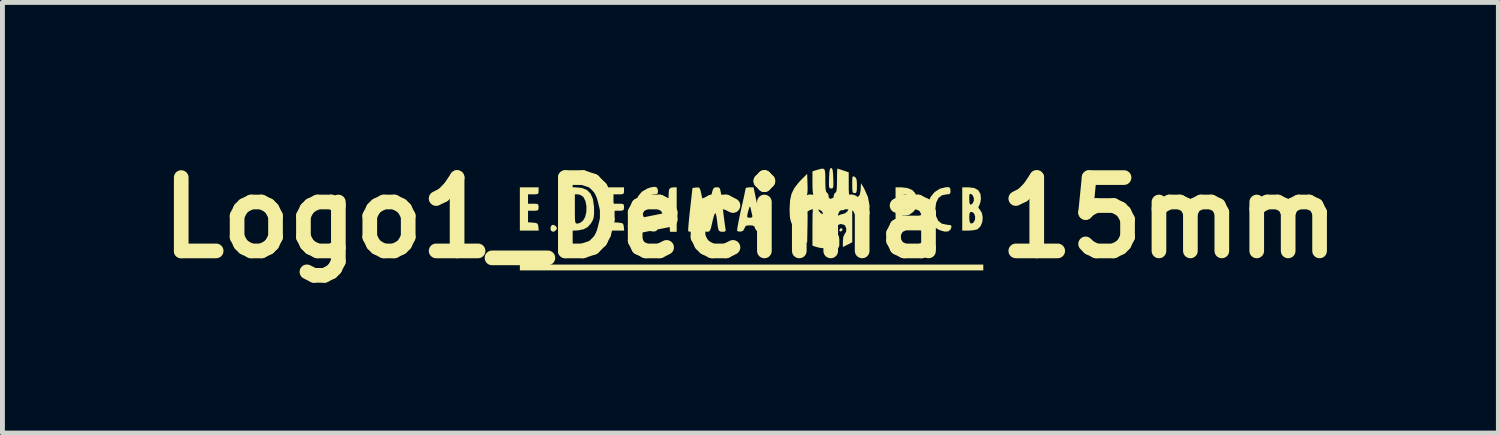
<source format=kicad_pcb>
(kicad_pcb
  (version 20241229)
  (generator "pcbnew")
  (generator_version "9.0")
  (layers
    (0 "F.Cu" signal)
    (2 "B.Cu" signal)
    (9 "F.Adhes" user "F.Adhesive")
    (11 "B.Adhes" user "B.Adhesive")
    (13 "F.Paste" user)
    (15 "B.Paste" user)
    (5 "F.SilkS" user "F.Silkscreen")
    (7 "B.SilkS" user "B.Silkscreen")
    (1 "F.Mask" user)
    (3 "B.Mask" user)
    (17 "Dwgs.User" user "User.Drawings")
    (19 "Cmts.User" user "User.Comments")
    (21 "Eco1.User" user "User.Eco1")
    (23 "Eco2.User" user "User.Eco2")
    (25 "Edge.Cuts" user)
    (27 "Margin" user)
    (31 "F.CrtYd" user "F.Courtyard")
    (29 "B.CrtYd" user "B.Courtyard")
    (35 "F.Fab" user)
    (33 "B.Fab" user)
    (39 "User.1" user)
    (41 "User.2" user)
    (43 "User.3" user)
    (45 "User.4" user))
  (footprint "Logo1_Decima 15mm"
    (layer "F.Cu")
    (at 12.3 1.404)
    (property "Reference" "Logo1_Decima 15mm" (at 0 0 0) (layer "F.SilkS") (effects (font (size 1.5 1.5) (thickness 0.3))))
    (attr board_only exclude_from_pos_files exclude_from_bom)
    (fp_poly (pts (xy 1.884 0.229) (xy 1.879 0.258) (xy 1.848 0.282) (xy 1.823 0.271) (xy 1.819 0.253) (xy 1.839 0.22) (xy 1.857 0.215)) (stroke (width 0) (type solid)) (fill yes) (layer "F.SilkS"))
    (fp_poly (pts (xy 1.242 -0.364) (xy 1.245 -0.347) (xy 1.23 -0.314) (xy 1.197 -0.32) (xy 1.19 -0.327) (xy 1.185 -0.356) (xy 1.209 -0.381) (xy 1.222 -0.383)) (stroke (width 0) (type solid)) (fill yes) (layer "F.SilkS"))
    (fp_poly (pts (xy 1.528 -0.203) (xy 1.532 -0.193) (xy 1.516 -0.162) (xy 1.486 -0.154) (xy 1.476 -0.16) (xy 1.461 -0.195) (xy 1.487 -0.215) (xy 1.496 -0.215)) (stroke (width 0) (type solid)) (fill yes) (layer "F.SilkS"))
    (fp_poly (pts (xy 1.929 -0.204) (xy 1.934 -0.187) (xy 1.906 -0.154) (xy 1.869 -0.153) (xy 1.86 -0.159) (xy 1.844 -0.193) (xy 1.871 -0.213) (xy 1.893 -0.215)) (stroke (width 0) (type solid)) (fill yes) (layer "F.SilkS"))
    (fp_poly (pts (xy 4.764 1.017) (xy 4.764 1.077) (xy 0.024 1.077) (xy -4.716 1.077) (xy -4.716 1.017) (xy -4.716 0.958) (xy 0.024 0.958) (xy 4.764 0.958)) (stroke (width 0) (type solid)) (fill yes) (layer "F.SilkS"))
    (fp_poly (pts (xy -3.995 0.161) (xy -3.974 0.18) (xy -3.956 0.218) (xy -3.974 0.251) (xy -4.015 0.282) (xy -4.038 0.287) (xy -4.075 0.268) (xy -4.085 0.251) (xy -4.089 0.197) (xy -4.067 0.155) (xy -4.038 0.144)) (stroke (width 0) (type solid)) (fill yes) (layer "F.SilkS"))
    (fp_poly (pts (xy -1.508 -0.168) (xy -1.508 0.287) (xy -1.576 0.287) (xy -1.645 0.287) (xy -1.66 0.068) (xy -1.669 -0.075) (xy -1.674 -0.217) (xy -1.675 -0.349) (xy -1.674 -0.461) (xy -1.669 -0.543) (xy -1.661 -0.585) (xy -1.627 -0.614) (xy -1.577 -0.622) (xy -1.508 -0.622)) (stroke (width 0) (type solid)) (fill yes) (layer "F.SilkS"))
    (fp_poly (pts (xy 1.67 -1.008) (xy 1.682 -0.974) (xy 1.69 -0.908) (xy 1.695 -0.808) (xy 1.697 -0.708) (xy 1.696 -0.646) (xy 1.688 -0.613) (xy 1.673 -0.6) (xy 1.652 -0.598) (xy 1.628 -0.601) (xy 1.614 -0.617) (xy 1.607 -0.653) (xy 1.607 -0.72) (xy 1.609 -0.808) (xy 1.614 -0.912) (xy 1.622 -0.976) (xy 1.634 -1.009) (xy 1.652 -1.017)) (stroke (width 0) (type solid)) (fill yes) (layer "F.SilkS"))
    (fp_poly (pts (xy 2.115 -0.845) (xy 2.131 -0.838) (xy 2.157 -0.816) (xy 2.172 -0.779) (xy 2.178 -0.713) (xy 2.179 -0.657) (xy 2.177 -0.574) (xy 2.17 -0.527) (xy 2.155 -0.507) (xy 2.131 -0.503) (xy 2.106 -0.507) (xy 2.092 -0.526) (xy 2.085 -0.57) (xy 2.083 -0.649) (xy 2.083 -0.683) (xy 2.083 -0.774) (xy 2.087 -0.826) (xy 2.097 -0.847)) (stroke (width 0) (type solid)) (fill yes) (layer "F.SilkS"))
    (fp_poly (pts (xy 2.327 -0.598) (xy 2.405 -0.422) (xy 2.438 -0.237) (xy 2.425 -0.047) (xy 2.365 0.142) (xy 2.349 0.178) (xy 2.304 0.261) (xy 2.26 0.331) (xy 2.227 0.371) (xy 2.179 0.414) (xy 2.179 -0.006) (xy 2.179 -0.162) (xy 2.181 -0.276) (xy 2.186 -0.355) (xy 2.193 -0.404) (xy 2.203 -0.431) (xy 2.213 -0.439) (xy 2.238 -0.474) (xy 2.253 -0.553) (xy 2.255 -0.579) (xy 2.262 -0.706)) (stroke (width 0) (type solid)) (fill yes) (layer "F.SilkS"))
    (fp_poly (pts (xy 1.168 -0.685) (xy 1.17 -0.574) (xy 1.165 -0.499) (xy 1.152 -0.453) (xy 1.138 -0.432) (xy 1.104 -0.364) (xy 1.116 -0.294) (xy 1.138 -0.263) (xy 1.152 -0.239) (xy 1.162 -0.2) (xy 1.167 -0.138) (xy 1.17 -0.045) (xy 1.169 0.084) (xy 1.168 0.146) (xy 1.161 0.515) (xy 1.048 0.41) (xy 0.972 0.328) (xy 0.902 0.23) (xy 0.868 0.171) (xy 0.836 0.099) (xy 0.816 0.035) (xy 0.806 -0.039) (xy 0.802 -0.137) (xy 0.802 -0.192) (xy 0.811 -0.356) (xy 0.841 -0.49) (xy 0.899 -0.608) (xy 0.99 -0.724) (xy 1.041 -0.778) (xy 1.161 -0.898)) (stroke (width 0) (type solid)) (fill yes) (layer "F.SilkS"))
    (fp_poly (pts (xy -4.333 -0.551) (xy -4.336 -0.506) (xy -4.354 -0.486) (xy -4.4 -0.479) (xy -4.441 -0.479) (xy -4.549 -0.479) (xy -4.549 -0.383) (xy -4.549 -0.287) (xy -4.441 -0.287) (xy -4.375 -0.285) (xy -4.343 -0.273) (xy -4.334 -0.243) (xy -4.333 -0.215) (xy -4.336 -0.171) (xy -4.354 -0.15) (xy -4.4 -0.144) (xy -4.441 -0.144) (xy -4.549 -0.144) (xy -4.549 -0.025) (xy -4.549 0.093) (xy -4.447 0.1) (xy -4.382 0.108) (xy -4.352 0.126) (xy -4.34 0.165) (xy -4.338 0.186) (xy -4.33 0.263) (xy -4.523 0.263) (xy -4.716 0.263) (xy -4.716 -0.18) (xy -4.716 -0.622) (xy -4.525 -0.622) (xy -4.333 -0.622)) (stroke (width 0) (type solid)) (fill yes) (layer "F.SilkS"))
    (fp_poly (pts (xy -2.585 -0.551) (xy -2.589 -0.506) (xy -2.607 -0.486) (xy -2.653 -0.479) (xy -2.693 -0.479) (xy -2.801 -0.479) (xy -2.801 -0.383) (xy -2.801 -0.287) (xy -2.693 -0.287) (xy -2.627 -0.285) (xy -2.596 -0.273) (xy -2.586 -0.243) (xy -2.585 -0.215) (xy -2.589 -0.171) (xy -2.607 -0.15) (xy -2.653 -0.144) (xy -2.693 -0.144) (xy -2.801 -0.144) (xy -2.801 -0.025) (xy -2.801 0.093) (xy -2.699 0.1) (xy -2.635 0.108) (xy -2.604 0.126) (xy -2.592 0.165) (xy -2.59 0.186) (xy -2.582 0.263) (xy -2.775 0.263) (xy -2.969 0.263) (xy -2.969 -0.18) (xy -2.969 -0.622) (xy -2.777 -0.622) (xy -2.585 -0.622)) (stroke (width 0) (type solid)) (fill yes) (layer "F.SilkS"))
    (fp_poly (pts (xy -1.91 -0.616) (xy -1.892 -0.565) (xy -1.891 -0.548) (xy -1.896 -0.501) (xy -1.921 -0.482) (xy -1.974 -0.479) (xy -2.068 -0.457) (xy -2.142 -0.399) (xy -2.192 -0.31) (xy -2.214 -0.2) (xy -2.203 -0.075) (xy -2.2 -0.059) (xy -2.154 0.047) (xy -2.082 0.115) (xy -1.987 0.143) (xy -1.97 0.144) (xy -1.915 0.147) (xy -1.895 0.166) (xy -1.896 0.209) (xy -1.911 0.258) (xy -1.951 0.279) (xy -1.975 0.282) (xy -2.04 0.275) (xy -2.121 0.249) (xy -2.154 0.234) (xy -2.251 0.17) (xy -2.314 0.087) (xy -2.347 -0.022) (xy -2.356 -0.155) (xy -2.342 -0.315) (xy -2.298 -0.439) (xy -2.221 -0.532) (xy -2.109 -0.597) (xy -2.039 -0.621) (xy -1.958 -0.634)) (stroke (width 0) (type solid)) (fill yes) (layer "F.SilkS"))
    (fp_poly (pts (xy 4.064 -0.625) (xy 4.085 -0.602) (xy 4.094 -0.551) (xy 4.088 -0.5) (xy 4.061 -0.481) (xy 4.02 -0.479) (xy 3.918 -0.459) (xy 3.844 -0.401) (xy 3.799 -0.305) (xy 3.782 -0.174) (xy 3.782 -0.168) (xy 3.797 -0.034) (xy 3.841 0.062) (xy 3.915 0.121) (xy 4.019 0.143) (xy 4.032 0.144) (xy 4.095 0.151) (xy 4.115 0.177) (xy 4.098 0.23) (xy 4.093 0.241) (xy 4.047 0.279) (xy 3.973 0.284) (xy 3.876 0.255) (xy 3.828 0.232) (xy 3.738 0.169) (xy 3.678 0.085) (xy 3.645 -0.027) (xy 3.635 -0.164) (xy 3.638 -0.272) (xy 3.654 -0.352) (xy 3.685 -0.423) (xy 3.687 -0.426) (xy 3.769 -0.526) (xy 3.879 -0.595) (xy 4.005 -0.626)) (stroke (width 0) (type solid)) (fill yes) (layer "F.SilkS"))
    (fp_poly (pts (xy 3.211 -0.608) (xy 3.307 -0.569) (xy 3.367 -0.508) (xy 3.377 -0.488) (xy 3.39 -0.428) (xy 3.398 -0.346) (xy 3.399 -0.308) (xy 3.394 -0.227) (xy 3.373 -0.17) (xy 3.329 -0.118) (xy 3.248 -0.06) (xy 3.186 -0.048) (xy 3.112 -0.048) (xy 3.112 0.12) (xy 3.112 0.287) (xy 3.04 0.287) (xy 2.969 0.287) (xy 2.969 -0.168) (xy 2.969 -0.323) (xy 3.112 -0.323) (xy 3.114 -0.239) (xy 3.12 -0.192) (xy 3.136 -0.172) (xy 3.159 -0.168) (xy 3.208 -0.187) (xy 3.231 -0.214) (xy 3.254 -0.288) (xy 3.252 -0.366) (xy 3.229 -0.431) (xy 3.188 -0.472) (xy 3.159 -0.479) (xy 3.134 -0.474) (xy 3.12 -0.451) (xy 3.113 -0.402) (xy 3.112 -0.323) (xy 2.969 -0.323) (xy 2.969 -0.622) (xy 3.089 -0.622)) (stroke (width 0) (type solid)) (fill yes) (layer "F.SilkS"))
    (fp_poly (pts (xy -3.585 -0.622) (xy -3.447 -0.609) (xy -3.342 -0.566) (xy -3.268 -0.491) (xy -3.221 -0.38) (xy -3.2 -0.231) (xy -3.198 -0.166) (xy -3.199 -0.066) (xy -3.208 0.003) (xy -3.228 0.058) (xy -3.261 0.114) (xy -3.327 0.189) (xy -3.412 0.236) (xy -3.525 0.259) (xy -3.621 0.263) (xy -3.735 0.263) (xy -3.735 -0.18) (xy -3.591 -0.18) (xy -3.591 -0.056) (xy -3.589 0.028) (xy -3.584 0.08) (xy -3.575 0.107) (xy -3.56 0.118) (xy -3.538 0.12) (xy -3.535 0.12) (xy -3.48 0.103) (xy -3.426 0.062) (xy -3.425 0.061) (xy -3.38 -0.016) (xy -3.356 -0.118) (xy -3.354 -0.23) (xy -3.372 -0.335) (xy -3.412 -0.417) (xy -3.425 -0.432) (xy -3.482 -0.468) (xy -3.531 -0.479) (xy -3.591 -0.479) (xy -3.591 -0.18) (xy -3.735 -0.18) (xy -3.735 -0.622)) (stroke (width 0) (type solid)) (fill yes) (layer "F.SilkS"))
    (fp_poly (pts (xy 0.154 -0.198) (xy 0.183 -0.06) (xy 0.209 0.061) (xy 0.229 0.159) (xy 0.243 0.225) (xy 0.248 0.251) (xy 0.23 0.268) (xy 0.181 0.275) (xy 0.181 0.275) (xy 0.126 0.266) (xy 0.1 0.229) (xy 0.096 0.215) (xy 0.079 0.176) (xy 0.044 0.159) (xy -0.012 0.156) (xy -0.075 0.16) (xy -0.106 0.18) (xy -0.12 0.215) (xy -0.149 0.266) (xy -0.196 0.283) (xy -0.247 0.281) (xy -0.271 0.27) (xy -0.271 0.241) (xy -0.26 0.173) (xy -0.242 0.074) (xy -0.222 -0.025) (xy -0.067 -0.025) (xy -0.053 -0.004) (xy -0.012 0) (xy 0.033 -0.007) (xy 0.041 -0.034) (xy 0.039 -0.042) (xy 0.027 -0.094) (xy 0.011 -0.163) (xy 0.011 -0.168) (xy -0.002 -0.219) (xy -0.013 -0.227) (xy -0.024 -0.203) (xy -0.042 -0.146) (xy -0.059 -0.078) (xy -0.067 -0.025) (xy -0.222 -0.025) (xy -0.217 -0.047) (xy -0.191 -0.169) (xy -0.16 -0.304) (xy -0.134 -0.423) (xy -0.114 -0.518) (xy -0.101 -0.581) (xy -0.096 -0.604) (xy -0.075 -0.617) (xy -0.023 -0.622) (xy -0.016 -0.622) (xy 0.064 -0.622)) (stroke (width 0) (type solid)) (fill yes) (layer "F.SilkS"))
    (fp_poly (pts (xy 4.579 -0.608) (xy 4.66 -0.563) (xy 4.705 -0.487) (xy 4.715 -0.402) (xy 4.707 -0.327) (xy 4.688 -0.267) (xy 4.681 -0.255) (xy 4.661 -0.217) (xy 4.677 -0.184) (xy 4.691 -0.169) (xy 4.736 -0.096) (xy 4.752 -0.005) (xy 4.743 0.088) (xy 4.709 0.171) (xy 4.654 0.229) (xy 4.632 0.24) (xy 4.57 0.254) (xy 4.487 0.262) (xy 4.451 0.263) (xy 4.333 0.263) (xy 4.333 0) (xy 4.477 0) (xy 4.484 0.082) (xy 4.506 0.119) (xy 4.544 0.111) (xy 4.568 0.091) (xy 4.594 0.039) (xy 4.597 -0.023) (xy 4.578 -0.081) (xy 4.542 -0.116) (xy 4.522 -0.12) (xy 4.495 -0.113) (xy 4.481 -0.083) (xy 4.477 -0.021) (xy 4.477 0) (xy 4.333 0) (xy 4.333 -0.18) (xy 4.333 -0.384) (xy 4.477 -0.384) (xy 4.481 -0.304) (xy 4.495 -0.269) (xy 4.521 -0.273) (xy 4.544 -0.292) (xy 4.57 -0.346) (xy 4.569 -0.411) (xy 4.542 -0.465) (xy 4.525 -0.479) (xy 4.496 -0.49) (xy 4.482 -0.479) (xy 4.477 -0.435) (xy 4.477 -0.384) (xy 4.333 -0.384) (xy 4.333 -0.622) (xy 4.461 -0.622)) (stroke (width 0) (type solid)) (fill yes) (layer "F.SilkS"))
    (fp_poly (pts (xy -0.665 -0.622) (xy -0.645 -0.618) (xy -0.629 -0.603) (xy -0.617 -0.571) (xy -0.605 -0.516) (xy -0.593 -0.431) (xy -0.578 -0.31) (xy -0.563 -0.18) (xy -0.548 -0.052) (xy -0.533 0.063) (xy -0.521 0.155) (xy -0.512 0.213) (xy -0.51 0.221) (xy -0.506 0.267) (xy -0.527 0.285) (xy -0.57 0.287) (xy -0.611 0.284) (xy -0.638 0.27) (xy -0.656 0.235) (xy -0.669 0.171) (xy -0.681 0.069) (xy -0.683 0.054) (xy -0.694 -0.024) (xy -0.708 -0.078) (xy -0.719 -0.096) (xy -0.733 -0.074) (xy -0.753 -0.016) (xy -0.774 0.066) (xy -0.781 0.096) (xy -0.802 0.19) (xy -0.82 0.247) (xy -0.838 0.276) (xy -0.863 0.286) (xy -0.886 0.287) (xy -0.918 0.284) (xy -0.941 0.269) (xy -0.96 0.233) (xy -0.982 0.167) (xy -1.005 0.081) (xy -1.034 -0.021) (xy -1.058 -0.078) (xy -1.077 -0.088) (xy -1.092 -0.051) (xy -1.106 0.033) (xy -1.114 0.113) (xy -1.124 0.202) (xy -1.134 0.254) (xy -1.149 0.279) (xy -1.175 0.287) (xy -1.196 0.287) (xy -1.248 0.284) (xy -1.272 0.276) (xy -1.273 0.25) (xy -1.269 0.184) (xy -1.261 0.085) (xy -1.249 -0.038) (xy -1.234 -0.173) (xy -1.185 -0.61) (xy -1.109 -0.618) (xy -1.066 -0.62) (xy -1.041 -0.607) (xy -1.024 -0.571) (xy -1.007 -0.499) (xy -1.005 -0.488) (xy -0.975 -0.356) (xy -0.946 -0.25) (xy -0.92 -0.174) (xy -0.898 -0.136) (xy -0.887 -0.135) (xy -0.873 -0.166) (xy -0.853 -0.233) (xy -0.83 -0.324) (xy -0.815 -0.389) (xy -0.79 -0.495) (xy -0.772 -0.563) (xy -0.754 -0.601) (xy -0.734 -0.618) (xy -0.706 -0.622) (xy -0.693 -0.622)) (stroke (width 0) (type solid)) (fill yes) (layer "F.SilkS"))
    (fp_poly (pts (xy 1.804 -0.998) (xy 1.86 -0.98) (xy 1.899 -0.967) (xy 2.011 -0.929) (xy 2.011 -0.68) (xy 2.012 -0.566) (xy 2.016 -0.492) (xy 2.024 -0.45) (xy 2.038 -0.433) (xy 2.047 -0.431) (xy 2.059 -0.425) (xy 2.069 -0.403) (xy 2.075 -0.36) (xy 2.079 -0.289) (xy 2.082 -0.185) (xy 2.083 -0.042) (xy 2.083 0.035) (xy 2.083 0.502) (xy 1.987 0.551) (xy 1.891 0.599) (xy 1.891 0.482) (xy 1.9 0.391) (xy 1.924 0.338) (xy 1.927 0.335) (xy 1.958 0.284) (xy 1.961 0.219) (xy 1.937 0.162) (xy 1.914 0.143) (xy 1.845 0.128) (xy 1.784 0.151) (xy 1.744 0.202) (xy 1.737 0.272) (xy 1.739 0.282) (xy 1.764 0.328) (xy 1.786 0.345) (xy 1.808 0.375) (xy 1.819 0.447) (xy 1.819 0.487) (xy 1.818 0.562) (xy 1.809 0.602) (xy 1.785 0.621) (xy 1.745 0.631) (xy 1.684 0.643) (xy 1.644 0.643) (xy 1.62 0.626) (xy 1.608 0.583) (xy 1.604 0.506) (xy 1.604 0.39) (xy 1.604 0.385) (xy 1.604 0.123) (xy 1.706 0.026) (xy 1.788 -0.041) (xy 1.856 -0.07) (xy 1.87 -0.072) (xy 1.935 -0.09) (xy 1.988 -0.135) (xy 2.011 -0.192) (xy 2.011 -0.196) (xy 1.991 -0.243) (xy 1.946 -0.288) (xy 1.894 -0.311) (xy 1.887 -0.311) (xy 1.839 -0.292) (xy 1.795 -0.245) (xy 1.772 -0.192) (xy 1.772 -0.185) (xy 1.755 -0.149) (xy 1.712 -0.095) (xy 1.652 -0.034) (xy 1.532 0.078) (xy 1.532 0.35) (xy 1.532 0.468) (xy 1.53 0.545) (xy 1.524 0.591) (xy 1.513 0.614) (xy 1.496 0.622) (xy 1.476 0.622) (xy 1.413 0.614) (xy 1.344 0.596) (xy 1.269 0.57) (xy 1.269 0.179) (xy 1.27 0.026) (xy 1.272 -0.086) (xy 1.278 -0.167) (xy 1.287 -0.224) (xy 1.3 -0.265) (xy 1.309 -0.282) (xy 1.335 -0.334) (xy 1.335 -0.371) (xy 1.309 -0.415) (xy 1.289 -0.459) (xy 1.276 -0.522) (xy 1.27 -0.615) (xy 1.269 -0.714) (xy 1.269 -0.95) (xy 1.361 -0.978) (xy 1.436 -0.999) (xy 1.485 -1.005) (xy 1.514 -0.989) (xy 1.527 -0.944) (xy 1.532 -0.863) (xy 1.532 -0.765) (xy 1.534 -0.651) (xy 1.539 -0.576) (xy 1.549 -0.533) (xy 1.564 -0.513) (xy 1.568 -0.511) (xy 1.592 -0.481) (xy 1.603 -0.427) (xy 1.601 -0.37) (xy 1.584 -0.33) (xy 1.574 -0.324) (xy 1.529 -0.313) (xy 1.479 -0.301) (xy 1.411 -0.268) (xy 1.382 -0.213) (xy 1.397 -0.142) (xy 1.443 -0.089) (xy 1.501 -0.073) (xy 1.556 -0.092) (xy 1.595 -0.14) (xy 1.604 -0.191) (xy 1.621 -0.256) (xy 1.652 -0.299) (xy 1.691 -0.363) (xy 1.7 -0.42) (xy 1.711 -0.483) (xy 1.736 -0.511) (xy 1.753 -0.528) (xy 1.764 -0.566) (xy 1.769 -0.634) (xy 1.771 -0.74) (xy 1.772 -0.765) (xy 1.772 -0.866) (xy 1.774 -0.946) (xy 1.777 -0.995) (xy 1.779 -1.005)) (stroke (width 0) (type solid)) (fill yes) (layer "F.SilkS")))
  (gr_rect
    (start -3 -3)
    (end 27.6 5.808)
    (stroke (width 0.1) (type default))
    (fill no)
    (layer "Edge.Cuts")))
</source>
